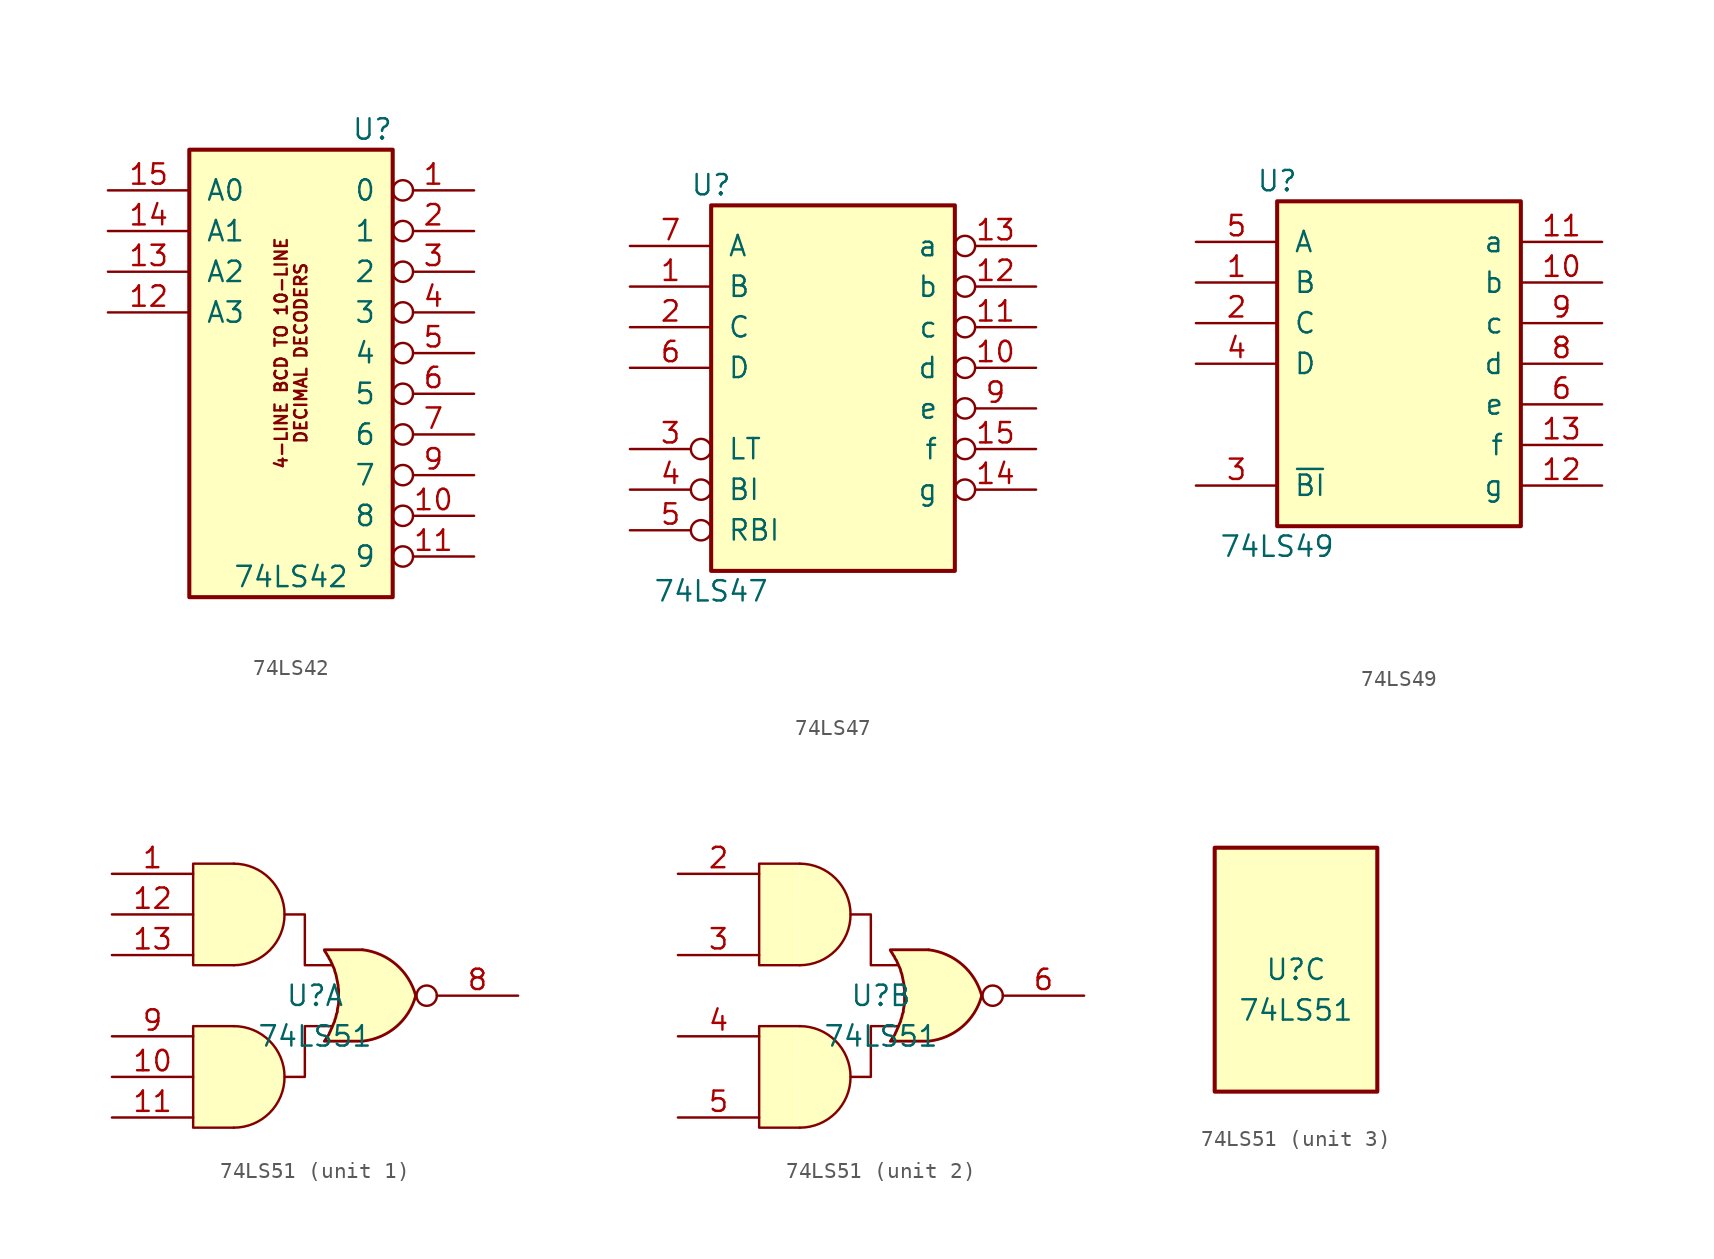
<source format=kicad_sym>
(kicad_symbol_lib
  (version 20231120)
  (generator "kicad_symbol_editor")
  (generator_version "8.0")
  (symbol "74LS42"
    (pin_names
      (offset 1.016))
    (property "Reference" "U"
      (at 5.08 13.97 0)
      (effects (font (size 1.27 1.27))))
    (property "Value" "74LS42"
      (at 0 -13.97 0)
      (effects (font (size 1.27 1.27))))
    (property "ki_locked" ""
      (at 0 0 0)
      (effects (font (size 1.27 1.27))))
    (symbol "74LS42_1_0"
      (pin output inverted (at 11.43 10.16 180) (length 5.08) (name "0" (effects (font (size 1.27 1.27)))) (number "1" (effects (font (size 1.27 1.27)))))
      (pin output inverted (at 11.43 -10.16 180) (length 5.08) (name "8" (effects (font (size 1.27 1.27)))) (number "10" (effects (font (size 1.27 1.27)))))
      (pin output inverted (at 11.43 -12.7 180) (length 5.08) (name "9" (effects (font (size 1.27 1.27)))) (number "11" (effects (font (size 1.27 1.27)))))
      (pin input line (at -11.43 2.54 0) (length 5.08) (name "A3" (effects (font (size 1.27 1.27)))) (number "12" (effects (font (size 1.27 1.27)))))
      (pin input line (at -11.43 5.08 0) (length 5.08) (name "A2" (effects (font (size 1.27 1.27)))) (number "13" (effects (font (size 1.27 1.27)))))
      (pin input line (at -11.43 7.62 0) (length 5.08) (name "A1" (effects (font (size 1.27 1.27)))) (number "14" (effects (font (size 1.27 1.27)))))
      (pin input line (at -11.43 10.16 0) (length 5.08) (name "A0" (effects (font (size 1.27 1.27)))) (number "15" (effects (font (size 1.27 1.27)))))
      (pin power_in line (at 0 12.7 270) (length 5.08) hide (name "VCC" (effects (font (size 1.27 1.27)))) (number "16" (effects (font (size 1.27 1.27)))))
      (pin output inverted (at 11.43 7.62 180) (length 5.08) (name "1" (effects (font (size 1.27 1.27)))) (number "2" (effects (font (size 1.27 1.27)))))
      (pin output inverted (at 11.43 5.08 180) (length 5.08) (name "2" (effects (font (size 1.27 1.27)))) (number "3" (effects (font (size 1.27 1.27)))))
      (pin output inverted (at 11.43 2.54 180) (length 5.08) (name "3" (effects (font (size 1.27 1.27)))) (number "4" (effects (font (size 1.27 1.27)))))
      (pin output inverted (at 11.43 0 180) (length 5.08) (name "4" (effects (font (size 1.27 1.27)))) (number "5" (effects (font (size 1.27 1.27)))))
      (pin output inverted (at 11.43 -2.54 180) (length 5.08) (name "5" (effects (font (size 1.27 1.27)))) (number "6" (effects (font (size 1.27 1.27)))))
      (pin output inverted (at 11.43 -5.08 180) (length 5.08) (name "6" (effects (font (size 1.27 1.27)))) (number "7" (effects (font (size 1.27 1.27)))))
      (pin power_in line (at 0 -15.24 90) (length 5.08) hide (name "GND" (effects (font (size 1.27 1.27)))) (number "8" (effects (font (size 1.27 1.27)))))
      (pin output inverted (at 11.43 -7.62 180) (length 5.08) (name "7" (effects (font (size 1.27 1.27)))) (number "9" (effects (font (size 1.27 1.27))))))
    (symbol "74LS42_1_1"
      (rectangle (start -6.35 12.7) (end 6.35 -15.24) (stroke (width 0.254) (type default)) (fill (type background)))
      (text "4-LINE BCD TO 10-LINE\nDECIMAL DECODERS" (at 0 0 900) (effects (font (size 0.762 0.762))))))
  (symbol "74LS47"
    (pin_names
      (offset 1.016))
    (property "Reference" "U"
      (at -7.62 11.43 0)
      (effects (font (size 1.27 1.27))))
    (property "Value" "74LS47"
      (at -7.62 -13.97 0)
      (effects (font (size 1.27 1.27))))
    (property "ki_locked" ""
      (at 0 0 0)
      (effects (font (size 1.27 1.27))))
    (symbol "74LS47_1_0"
      (pin input line (at -12.7 5.08 0) (length 5.08) (name "B" (effects (font (size 1.27 1.27)))) (number "1" (effects (font (size 1.27 1.27)))))
      (pin open_collector inverted (at 12.7 0 180) (length 5.08) (name "d" (effects (font (size 1.27 1.27)))) (number "10" (effects (font (size 1.27 1.27)))))
      (pin open_collector inverted (at 12.7 2.54 180) (length 5.08) (name "c" (effects (font (size 1.27 1.27)))) (number "11" (effects (font (size 1.27 1.27)))))
      (pin open_collector inverted (at 12.7 5.08 180) (length 5.08) (name "b" (effects (font (size 1.27 1.27)))) (number "12" (effects (font (size 1.27 1.27)))))
      (pin open_collector inverted (at 12.7 7.62 180) (length 5.08) (name "a" (effects (font (size 1.27 1.27)))) (number "13" (effects (font (size 1.27 1.27)))))
      (pin open_collector inverted (at 12.7 -7.62 180) (length 5.08) (name "g" (effects (font (size 1.27 1.27)))) (number "14" (effects (font (size 1.27 1.27)))))
      (pin open_collector inverted (at 12.7 -5.08 180) (length 5.08) (name "f" (effects (font (size 1.27 1.27)))) (number "15" (effects (font (size 1.27 1.27)))))
      (pin input line (at 0 15.24 270) (length 5.08) hide (name "VCC" (effects (font (size 1.27 1.27)))) (number "16" (effects (font (size 1.27 1.27)))))
      (pin input line (at -12.7 2.54 0) (length 5.08) (name "C" (effects (font (size 1.27 1.27)))) (number "2" (effects (font (size 1.27 1.27)))))
      (pin input inverted (at -12.7 -5.08 0) (length 5.08) (name "LT" (effects (font (size 1.27 1.27)))) (number "3" (effects (font (size 1.27 1.27)))))
      (pin input inverted (at -12.7 -7.62 0) (length 5.08) (name "BI" (effects (font (size 1.27 1.27)))) (number "4" (effects (font (size 1.27 1.27)))))
      (pin input inverted (at -12.7 -10.16 0) (length 5.08) (name "RBI" (effects (font (size 1.27 1.27)))) (number "5" (effects (font (size 1.27 1.27)))))
      (pin input line (at -12.7 0 0) (length 5.08) (name "D" (effects (font (size 1.27 1.27)))) (number "6" (effects (font (size 1.27 1.27)))))
      (pin input line (at -12.7 7.62 0) (length 5.08) (name "A" (effects (font (size 1.27 1.27)))) (number "7" (effects (font (size 1.27 1.27)))))
      (pin input line (at 0 -17.78 90) (length 5.08) hide (name "GND" (effects (font (size 1.27 1.27)))) (number "8" (effects (font (size 1.27 1.27)))))
      (pin open_collector inverted (at 12.7 -2.54 180) (length 5.08) (name "e" (effects (font (size 1.27 1.27)))) (number "9" (effects (font (size 1.27 1.27))))))
    (symbol "74LS47_1_1"
      (rectangle (start -7.62 10.16) (end 7.62 -12.7) (stroke (width 0.254) (type default)) (fill (type background)))))
  (symbol "74LS49"
    (pin_names
      (offset 1.016))
    (property "Reference" "U"
      (at -7.62 11.43 0)
      (effects (font (size 1.27 1.27))))
    (property "Value" "74LS49"
      (at -7.62 -11.43 0)
      (effects (font (size 1.27 1.27))))
    (property "ki_locked" ""
      (at 0 0 0)
      (effects (font (size 1.27 1.27))))
    (symbol "74LS49_1_0"
      (pin input line (at -12.7 5.08 0) (length 5.08) (name "B" (effects (font (size 1.27 1.27)))) (number "1" (effects (font (size 1.27 1.27)))))
      (pin open_collector line (at 12.7 5.08 180) (length 5.08) (name "b" (effects (font (size 1.27 1.27)))) (number "10" (effects (font (size 1.27 1.27)))))
      (pin open_collector line (at 12.7 7.62 180) (length 5.08) (name "a" (effects (font (size 1.27 1.27)))) (number "11" (effects (font (size 1.27 1.27)))))
      (pin open_collector line (at 12.7 -7.62 180) (length 5.08) (name "g" (effects (font (size 1.27 1.27)))) (number "12" (effects (font (size 1.27 1.27)))))
      (pin open_collector line (at 12.7 -5.08 180) (length 5.08) (name "f" (effects (font (size 1.27 1.27)))) (number "13" (effects (font (size 1.27 1.27)))))
      (pin input line (at 0 15.24 270) (length 5.08) hide (name "VCC" (effects (font (size 1.27 1.27)))) (number "14" (effects (font (size 1.27 1.27)))))
      (pin input line (at -12.7 2.54 0) (length 5.08) (name "C" (effects (font (size 1.27 1.27)))) (number "2" (effects (font (size 1.27 1.27)))))
      (pin input line (at -12.7 -7.62 0) (length 5.08) (name "~{BI}" (effects (font (size 1.27 1.27)))) (number "3" (effects (font (size 1.27 1.27)))))
      (pin input line (at -12.7 0 0) (length 5.08) (name "D" (effects (font (size 1.27 1.27)))) (number "4" (effects (font (size 1.27 1.27)))))
      (pin input line (at -12.7 7.62 0) (length 5.08) (name "A" (effects (font (size 1.27 1.27)))) (number "5" (effects (font (size 1.27 1.27)))))
      (pin open_collector line (at 12.7 -2.54 180) (length 5.08) (name "e" (effects (font (size 1.27 1.27)))) (number "6" (effects (font (size 1.27 1.27)))))
      (pin input line (at 0 -15.24 90) (length 5.08) hide (name "GND" (effects (font (size 1.27 1.27)))) (number "7" (effects (font (size 1.27 1.27)))))
      (pin open_collector line (at 12.7 0 180) (length 5.08) (name "d" (effects (font (size 1.27 1.27)))) (number "8" (effects (font (size 1.27 1.27)))))
      (pin open_collector line (at 12.7 2.54 180) (length 5.08) (name "c" (effects (font (size 1.27 1.27)))) (number "9" (effects (font (size 1.27 1.27))))))
    (symbol "74LS49_1_1"
      (rectangle (start -7.62 10.16) (end 7.62 -10.16) (stroke (width 0.254) (type default)) (fill (type background)))))
  (symbol "74LS51"
    (pin_names
      (offset 1.016))
    (property "Reference" "U"
      (at 0 0 0)
      (effects (font (size 1.27 1.27))))
    (property "Value" "74LS51"
      (at 0 -2.54 0)
      (effects (font (size 1.27 1.27))))
    (property "ki_locked" ""
      (at 0 0 0)
      (effects (font (size 1.27 1.27))))
    (symbol "74LS51_1_0"
      (arc (start -5.08 -8.255) (mid -1.9188 -5.08) (end -5.08 -1.905) (stroke (width 0) (type default)) (fill (type background)))
      (arc (start -5.08 1.905) (mid -1.9188 5.08) (end -5.08 8.255) (stroke (width 0) (type default)) (fill (type background)))
      (polyline (pts (xy -5.08 -1.905) (xy -7.62 -1.905) (xy -7.62 -8.255) (xy -5.08 -8.255)) (stroke (width 0) (type default)) (fill (type background)))
      (polyline (pts (xy -5.08 1.905) (xy -7.62 1.905) (xy -7.62 8.255) (xy -5.08 8.255)) (stroke (width 0) (type default)) (fill (type background)))
      (polyline (pts (xy -1.905 -5.08) (xy -0.635 -5.08) (xy -0.635 -1.905) (xy 1.016 -1.905)) (stroke (width 0) (type default)) (fill (type none)))
      (polyline (pts (xy -1.905 5.08) (xy -0.635 5.08) (xy -0.635 1.905) (xy 1.016 1.905)) (stroke (width 0) (type default)) (fill (type none)))
      (polyline (pts (xy 2.972 2.87) (xy 0.584 2.87) (xy 0.584 2.845) (xy 0.635 2.743) (xy 0.711 2.642) (xy 0.762 2.54) (xy 0.838 2.438) (xy 0.889 2.311) (xy 0.965 2.21) (xy 1.016 2.083) (xy 1.067 1.981) (xy 1.118 1.854) (xy 1.168 1.753) (xy 1.219 1.626) (xy 1.245 1.499) (xy 1.295 1.372) (xy 1.321 1.27) (xy 1.346 1.143) (xy 1.372 1.016) (xy 1.397 0.889) (xy 1.422 0.762) (xy 1.448 0.635) (xy 1.448 0.508) (xy 1.473 0.381) (xy 1.473 0.254) (xy 1.473 0.127) (xy 1.473 0) (xy 1.473 -0.127) (xy 1.473 -0.254) (xy 1.473 -0.381) (xy 1.473 -0.508) (xy 1.448 -0.635) (xy 1.422 -0.762) (xy 1.397 -0.889) (xy 1.397 -1.016) (xy 1.346 -1.143) (xy 1.321 -1.245) (xy 1.295 -1.372) (xy 1.245 -1.499) (xy 1.219 -1.626) (xy 1.168 -1.727) (xy 1.118 -1.854) (xy 1.067 -1.981) (xy 1.016 -2.083) (xy 0.965 -2.21) (xy 0.914 -2.311) (xy 0.864 -2.438) (xy 0.787 -2.54) (xy 0.711 -2.642) (xy 0.66 -2.743) (xy 0.584 -2.845) (xy 0.584 -2.845) (xy 2.972 -2.845)) (stroke (width 0.178) (type default)) (fill (type background)))
      (arc (start 2.9718 -2.8448) (mid 5.0811 -1.9407) (end 6.2992 0) (stroke (width 0.1778) (type default)) (fill (type background)))
      (arc (start 6.2992 0) (mid 5.0781 1.9435) (end 2.9718 2.8702) (stroke (width 0.1778) (type default)) (fill (type background)))
      (circle (center 6.985 0) (radius 0.635) (stroke (width 0) (type default)) (fill (type none)))
      (pin input line (at -12.7 7.62 0) (length 5.08) (name "~" (effects (font (size 1.27 1.27)))) (number "1" (effects (font (size 1.27 1.27)))))
      (pin input line (at -12.7 -5.08 0) (length 5.08) (name "~" (effects (font (size 1.27 1.27)))) (number "10" (effects (font (size 1.27 1.27)))))
      (pin input line (at -12.7 -7.62 0) (length 5.08) (name "~" (effects (font (size 1.27 1.27)))) (number "11" (effects (font (size 1.27 1.27)))))
      (pin input line (at -12.7 5.08 0) (length 5.08) (name "~" (effects (font (size 1.27 1.27)))) (number "12" (effects (font (size 1.27 1.27)))))
      (pin input line (at -12.7 2.54 0) (length 5.08) (name "~" (effects (font (size 1.27 1.27)))) (number "13" (effects (font (size 1.27 1.27)))))
      (pin output line (at 12.7 0 180) (length 5.08) (name "~" (effects (font (size 1.27 1.27)))) (number "8" (effects (font (size 1.27 1.27)))))
      (pin input line (at -12.7 -2.54 0) (length 5.08) (name "~" (effects (font (size 1.27 1.27)))) (number "9" (effects (font (size 1.27 1.27))))))
    (symbol "74LS51_2_0"
      (arc (start -5.08 -8.255) (mid -1.9188 -5.08) (end -5.08 -1.905) (stroke (width 0) (type default)) (fill (type background)))
      (arc (start -5.08 1.905) (mid -1.9188 5.08) (end -5.08 8.255) (stroke (width 0) (type default)) (fill (type background)))
      (polyline (pts (xy -5.08 -1.905) (xy -7.62 -1.905) (xy -7.62 -8.255) (xy -5.08 -8.255)) (stroke (width 0) (type default)) (fill (type background)))
      (polyline (pts (xy -5.08 1.905) (xy -7.62 1.905) (xy -7.62 8.255) (xy -5.08 8.255)) (stroke (width 0) (type default)) (fill (type background)))
      (polyline (pts (xy -1.905 -5.08) (xy -0.635 -5.08) (xy -0.635 -1.905) (xy 1.016 -1.905)) (stroke (width 0) (type default)) (fill (type none)))
      (polyline (pts (xy -1.905 5.08) (xy -0.635 5.08) (xy -0.635 1.905) (xy 1.016 1.905)) (stroke (width 0) (type default)) (fill (type none)))
      (polyline (pts (xy 2.972 2.87) (xy 0.584 2.87) (xy 0.584 2.845) (xy 0.635 2.743) (xy 0.711 2.642) (xy 0.762 2.54) (xy 0.838 2.438) (xy 0.889 2.311) (xy 0.965 2.21) (xy 1.016 2.083) (xy 1.067 1.981) (xy 1.118 1.854) (xy 1.168 1.753) (xy 1.219 1.626) (xy 1.245 1.499) (xy 1.295 1.372) (xy 1.321 1.27) (xy 1.346 1.143) (xy 1.372 1.016) (xy 1.397 0.889) (xy 1.422 0.762) (xy 1.448 0.635) (xy 1.448 0.508) (xy 1.473 0.381) (xy 1.473 0.254) (xy 1.473 0.127) (xy 1.473 0) (xy 1.473 -0.127) (xy 1.473 -0.254) (xy 1.473 -0.381) (xy 1.473 -0.508) (xy 1.448 -0.635) (xy 1.422 -0.762) (xy 1.397 -0.889) (xy 1.397 -1.016) (xy 1.346 -1.143) (xy 1.321 -1.245) (xy 1.295 -1.372) (xy 1.245 -1.499) (xy 1.219 -1.626) (xy 1.168 -1.727) (xy 1.118 -1.854) (xy 1.067 -1.981) (xy 1.016 -2.083) (xy 0.965 -2.21) (xy 0.914 -2.311) (xy 0.864 -2.438) (xy 0.787 -2.54) (xy 0.711 -2.642) (xy 0.66 -2.743) (xy 0.584 -2.845) (xy 0.584 -2.845) (xy 2.972 -2.845)) (stroke (width 0.178) (type default)) (fill (type background)))
      (arc (start 2.9718 -2.8448) (mid 5.0811 -1.9407) (end 6.2992 0) (stroke (width 0.1778) (type default)) (fill (type background)))
      (arc (start 6.2992 0) (mid 5.0781 1.9435) (end 2.9718 2.8702) (stroke (width 0.1778) (type default)) (fill (type background)))
      (circle (center 6.985 0) (radius 0.635) (stroke (width 0) (type default)) (fill (type none)))
      (pin input line (at -12.7 7.62 0) (length 5.08) (name "~" (effects (font (size 1.27 1.27)))) (number "2" (effects (font (size 1.27 1.27)))))
      (pin input line (at -12.7 2.54 0) (length 5.08) (name "~" (effects (font (size 1.27 1.27)))) (number "3" (effects (font (size 1.27 1.27)))))
      (pin input line (at -12.7 -2.54 0) (length 5.08) (name "~" (effects (font (size 1.27 1.27)))) (number "4" (effects (font (size 1.27 1.27)))))
      (pin input line (at -12.7 -7.62 0) (length 5.08) (name "~" (effects (font (size 1.27 1.27)))) (number "5" (effects (font (size 1.27 1.27)))))
      (pin output line (at 12.7 0 180) (length 5.08) (name "~" (effects (font (size 1.27 1.27)))) (number "6" (effects (font (size 1.27 1.27))))))
    (symbol "74LS51_3_0"
      (pin power_in line (at 0 7.62 270) (length 1.27) hide (name "VCC" (effects (font (size 1.27 1.27)))) (number "14" (effects (font (size 1.27 1.27)))))
      (pin power_in line (at 0 -7.62 90) (length 1.27) hide (name "GND" (effects (font (size 1.27 1.27)))) (number "7" (effects (font (size 1.27 1.27))))))
    (symbol "74LS51_3_1"
      (rectangle (start -5.08 7.62) (end 5.08 -7.62) (stroke (width 0.254) (type default)) (fill (type background))))))
</source>
